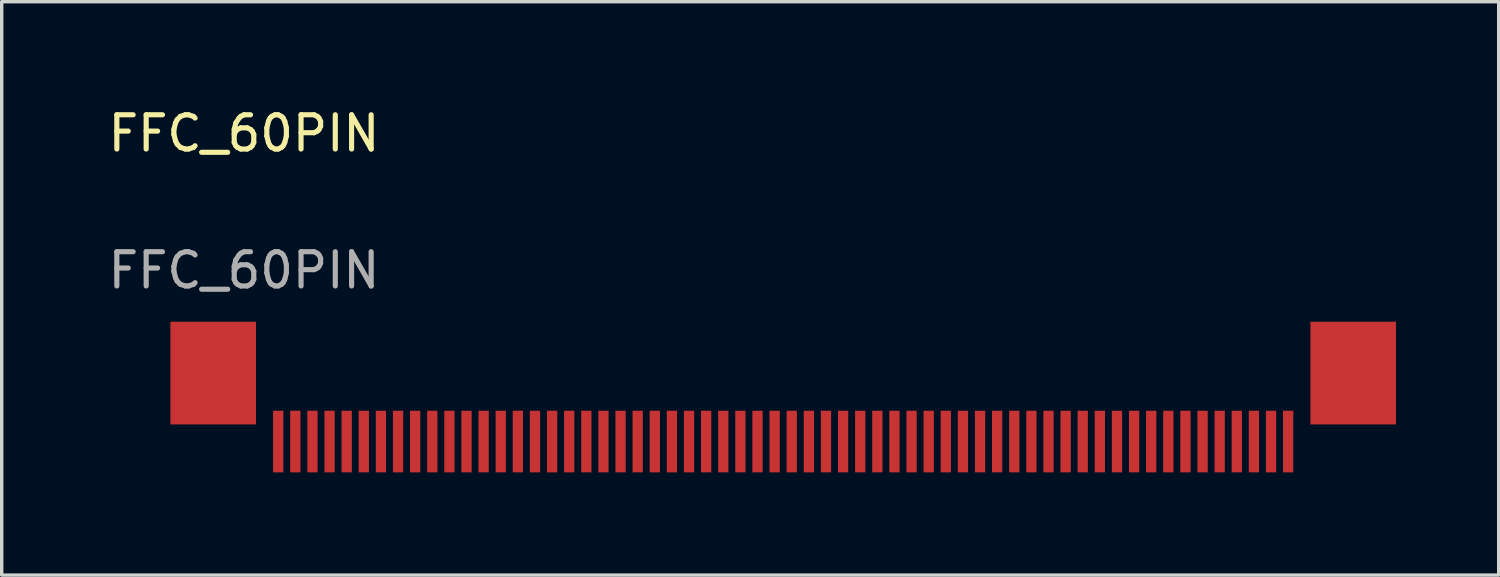
<source format=kicad_pcb>
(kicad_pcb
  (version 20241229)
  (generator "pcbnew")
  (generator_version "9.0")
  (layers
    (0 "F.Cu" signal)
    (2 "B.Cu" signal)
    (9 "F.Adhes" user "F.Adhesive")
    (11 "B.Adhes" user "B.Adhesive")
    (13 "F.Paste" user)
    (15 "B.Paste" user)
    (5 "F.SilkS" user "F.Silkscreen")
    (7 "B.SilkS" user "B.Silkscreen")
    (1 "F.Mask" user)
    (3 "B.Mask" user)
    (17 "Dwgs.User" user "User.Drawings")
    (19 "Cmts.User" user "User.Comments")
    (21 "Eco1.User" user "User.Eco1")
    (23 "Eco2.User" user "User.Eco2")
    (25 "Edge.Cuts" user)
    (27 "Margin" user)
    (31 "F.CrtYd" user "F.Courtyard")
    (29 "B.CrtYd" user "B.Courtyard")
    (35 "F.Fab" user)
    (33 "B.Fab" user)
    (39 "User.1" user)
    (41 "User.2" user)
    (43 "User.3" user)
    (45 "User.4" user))
  (footprint "FFC_60PIN"
    (layer "F.Cu")
    (at 1.927 6.348)
    (property "Reference" "FFC_60PIN" (at 2.15 -5.5 0) (unlocked yes) (layer "F.SilkS") (effects (font (size 1 1) (thickness 0.15))))
    (attr smd)
    (fp_text user "${REFERENCE}" (at 2.15 -1.5 0) (unlocked yes) (layer "F.Fab") (effects (font (size 1 1) (thickness 0.15))))
    (pad "1" smd rect (at 3.15 3.5) (size 0.3 1.8) (layers "F.Cu" "F.Mask" "F.Paste"))
    (pad "2" smd rect (at 3.65 3.5) (size 0.3 1.8) (layers "F.Cu" "F.Mask" "F.Paste"))
    (pad "3" smd rect (at 4.15 3.5) (size 0.3 1.8) (layers "F.Cu" "F.Mask" "F.Paste"))
    (pad "4" smd rect (at 4.65 3.5) (size 0.3 1.8) (layers "F.Cu" "F.Mask" "F.Paste"))
    (pad "5" smd rect (at 5.15 3.5) (size 0.3 1.8) (layers "F.Cu" "F.Mask" "F.Paste"))
    (pad "6" smd rect (at 5.65 3.5) (size 0.3 1.8) (layers "F.Cu" "F.Mask" "F.Paste"))
    (pad "7" smd rect (at 6.15 3.5) (size 0.3 1.8) (layers "F.Cu" "F.Mask" "F.Paste"))
    (pad "8" smd rect (at 6.65 3.5) (size 0.3 1.8) (layers "F.Cu" "F.Mask" "F.Paste"))
    (pad "9" smd rect (at 7.15 3.5) (size 0.3 1.8) (layers "F.Cu" "F.Mask" "F.Paste"))
    (pad "10" smd rect (at 7.65 3.5) (size 0.3 1.8) (layers "F.Cu" "F.Mask" "F.Paste"))
    (pad "11" smd rect (at 8.15 3.5) (size 0.3 1.8) (layers "F.Cu" "F.Mask" "F.Paste"))
    (pad "12" smd rect (at 8.65 3.5) (size 0.3 1.8) (layers "F.Cu" "F.Mask" "F.Paste"))
    (pad "13" smd rect (at 9.15 3.5) (size 0.3 1.8) (layers "F.Cu" "F.Mask" "F.Paste"))
    (pad "14" smd rect (at 9.65 3.5) (size 0.3 1.8) (layers "F.Cu" "F.Mask" "F.Paste"))
    (pad "15" smd rect (at 10.15 3.5) (size 0.3 1.8) (layers "F.Cu" "F.Mask" "F.Paste"))
    (pad "16" smd rect (at 10.65 3.5) (size 0.3 1.8) (layers "F.Cu" "F.Mask" "F.Paste"))
    (pad "17" smd rect (at 11.15 3.5) (size 0.3 1.8) (layers "F.Cu" "F.Mask" "F.Paste"))
    (pad "18" smd rect (at 11.65 3.5) (size 0.3 1.8) (layers "F.Cu" "F.Mask" "F.Paste"))
    (pad "19" smd rect (at 12.15 3.5) (size 0.3 1.8) (layers "F.Cu" "F.Mask" "F.Paste"))
    (pad "20" smd rect (at 12.65 3.5) (size 0.3 1.8) (layers "F.Cu" "F.Mask" "F.Paste"))
    (pad "21" smd rect (at 13.15 3.5) (size 0.3 1.8) (layers "F.Cu" "F.Mask" "F.Paste"))
    (pad "22" smd rect (at 13.65 3.5) (size 0.3 1.8) (layers "F.Cu" "F.Mask" "F.Paste"))
    (pad "23" smd rect (at 14.15 3.5) (size 0.3 1.8) (layers "F.Cu" "F.Mask" "F.Paste"))
    (pad "24" smd rect (at 14.65 3.5) (size 0.3 1.8) (layers "F.Cu" "F.Mask" "F.Paste"))
    (pad "25" smd rect (at 15.15 3.5) (size 0.3 1.8) (layers "F.Cu" "F.Mask" "F.Paste"))
    (pad "26" smd rect (at 15.65 3.5) (size 0.3 1.8) (layers "F.Cu" "F.Mask" "F.Paste"))
    (pad "27" smd rect (at 16.15 3.5) (size 0.3 1.8) (layers "F.Cu" "F.Mask" "F.Paste"))
    (pad "28" smd rect (at 16.65 3.5) (size 0.3 1.8) (layers "F.Cu" "F.Mask" "F.Paste"))
    (pad "29" smd rect (at 17.15 3.5) (size 0.3 1.8) (layers "F.Cu" "F.Mask" "F.Paste"))
    (pad "30" smd rect (at 17.65 3.5) (size 0.3 1.8) (layers "F.Cu" "F.Mask" "F.Paste"))
    (pad "31" smd rect (at 18.15 3.5) (size 0.3 1.8) (layers "F.Cu" "F.Mask" "F.Paste"))
    (pad "32" smd rect (at 18.65 3.5) (size 0.3 1.8) (layers "F.Cu" "F.Mask" "F.Paste"))
    (pad "33" smd rect (at 19.15 3.5) (size 0.3 1.8) (layers "F.Cu" "F.Mask" "F.Paste"))
    (pad "34" smd rect (at 19.65 3.5) (size 0.3 1.8) (layers "F.Cu" "F.Mask" "F.Paste"))
    (pad "35" smd rect (at 20.15 3.5) (size 0.3 1.8) (layers "F.Cu" "F.Mask" "F.Paste"))
    (pad "36" smd rect (at 20.65 3.5) (size 0.3 1.8) (layers "F.Cu" "F.Mask" "F.Paste"))
    (pad "37" smd rect (at 21.15 3.5) (size 0.3 1.8) (layers "F.Cu" "F.Mask" "F.Paste"))
    (pad "38" smd rect (at 21.65 3.5) (size 0.3 1.8) (layers "F.Cu" "F.Mask" "F.Paste"))
    (pad "39" smd rect (at 22.15 3.5) (size 0.3 1.8) (layers "F.Cu" "F.Mask" "F.Paste"))
    (pad "40" smd rect (at 22.65 3.5) (size 0.3 1.8) (layers "F.Cu" "F.Mask" "F.Paste"))
    (pad "41" smd rect (at 23.15 3.5) (size 0.3 1.8) (layers "F.Cu" "F.Mask" "F.Paste"))
    (pad "42" smd rect (at 23.65 3.5) (size 0.3 1.8) (layers "F.Cu" "F.Mask" "F.Paste"))
    (pad "43" smd rect (at 24.15 3.5) (size 0.3 1.8) (layers "F.Cu" "F.Mask" "F.Paste"))
    (pad "44" smd rect (at 24.65 3.5) (size 0.3 1.8) (layers "F.Cu" "F.Mask" "F.Paste"))
    (pad "45" smd rect (at 25.15 3.5) (size 0.3 1.8) (layers "F.Cu" "F.Mask" "F.Paste"))
    (pad "46" smd rect (at 25.65 3.5) (size 0.3 1.8) (layers "F.Cu" "F.Mask" "F.Paste"))
    (pad "47" smd rect (at 26.15 3.5) (size 0.3 1.8) (layers "F.Cu" "F.Mask" "F.Paste"))
    (pad "48" smd rect (at 26.65 3.5) (size 0.3 1.8) (layers "F.Cu" "F.Mask" "F.Paste"))
    (pad "49" smd rect (at 27.15 3.5) (size 0.3 1.8) (layers "F.Cu" "F.Mask" "F.Paste"))
    (pad "50" smd rect (at 27.65 3.5) (size 0.3 1.8) (layers "F.Cu" "F.Mask" "F.Paste"))
    (pad "51" smd rect (at 28.15 3.5) (size 0.3 1.8) (layers "F.Cu" "F.Mask" "F.Paste"))
    (pad "52" smd rect (at 28.65 3.5) (size 0.3 1.8) (layers "F.Cu" "F.Mask" "F.Paste"))
    (pad "53" smd rect (at 29.15 3.5) (size 0.3 1.8) (layers "F.Cu" "F.Mask" "F.Paste"))
    (pad "54" smd rect (at 29.65 3.5) (size 0.3 1.8) (layers "F.Cu" "F.Mask" "F.Paste"))
    (pad "55" smd rect (at 30.15 3.5) (size 0.3 1.8) (layers "F.Cu" "F.Mask" "F.Paste"))
    (pad "56" smd rect (at 30.65 3.5) (size 0.3 1.8) (layers "F.Cu" "F.Mask" "F.Paste"))
    (pad "57" smd rect (at 31.15 3.5) (size 0.3 1.8) (layers "F.Cu" "F.Mask" "F.Paste"))
    (pad "58" smd rect (at 31.65 3.5) (size 0.3 1.8) (layers "F.Cu" "F.Mask" "F.Paste"))
    (pad "59" smd rect (at 32.15 3.5) (size 0.3 1.8) (layers "F.Cu" "F.Mask" "F.Paste"))
    (pad "60" smd rect (at 32.65 3.5) (size 0.3 1.8) (layers "F.Cu" "F.Mask" "F.Paste"))
    (pad "NC" smd rect (at 1.25 1.5) (size 2.5 3) (layers "F.Cu" "F.Mask" "F.Paste"))
    (pad "NC" smd rect (at 34.55 1.5) (size 2.5 3) (layers "F.Cu" "F.Mask" "F.Paste")))
  (gr_rect
    (start -3 -3)
    (end 40.727 13.748)
    (stroke (width 0.1) (type default))
    (fill no)
    (layer "Edge.Cuts")))
</source>
